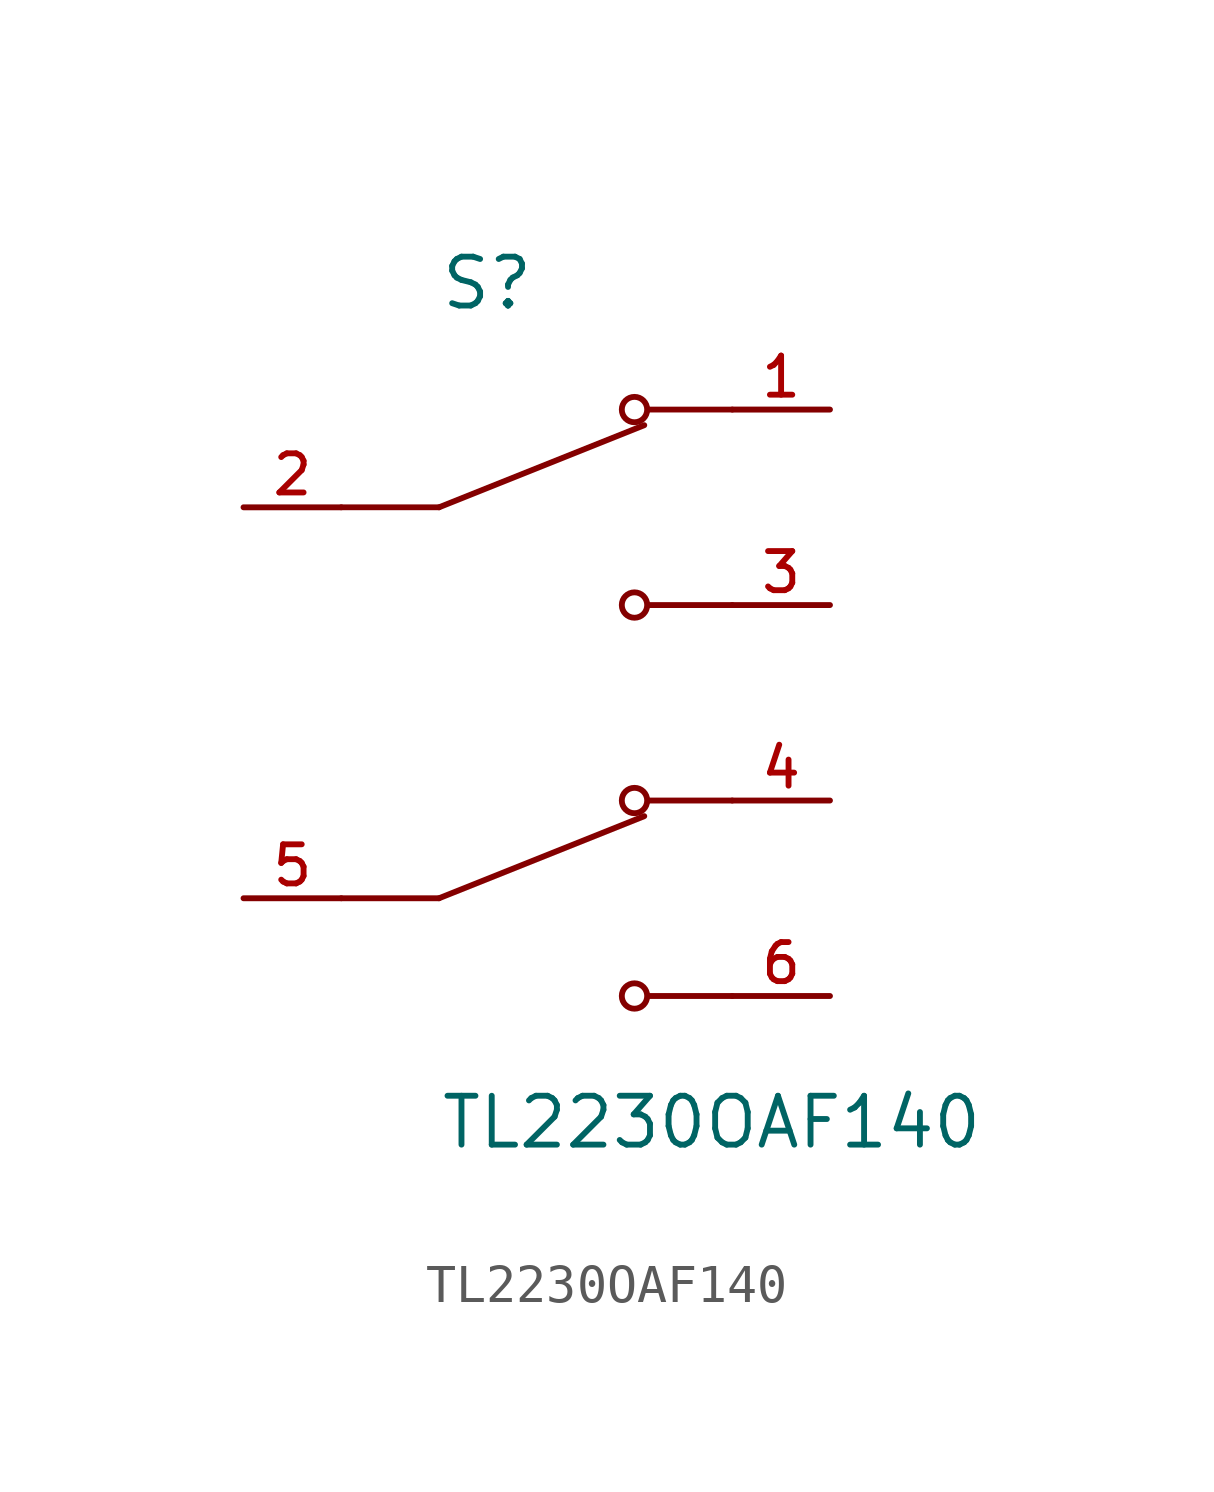
<source format=kicad_sym>
(kicad_symbol_lib
  (version 20211014)
  (generator kicad_symbol_editor)
  (symbol "TL2230OAF140"
    (pin_names
      (offset 1.016))
    (property "Reference" "S"
      (at -2.54 10.16 0)
      (effects (font (size 1.27 1.27)) (justify bottom left)))
    (property "Value" "TL2230OAF140"
      (at -2.54 -10.16 0)
      (effects (font (size 1.27 1.27)) (justify top left)))
    (symbol "TL2230OAF140_0_0"
      (polyline (pts (xy -2.54 5.08) (xy 2.794 7.214)) (stroke (width 0.152)))
      (circle (center 2.54 7.62) (radius 0.33) (stroke (width 0.152)) (fill (type none)))
      (circle (center 2.54 2.54) (radius 0.33) (stroke (width 0.152)) (fill (type none)))
      (polyline (pts (xy 5.08 2.54) (xy 2.921 2.54)) (stroke (width 0.152)))
      (polyline (pts (xy 5.08 7.62) (xy 2.921 7.62)) (stroke (width 0.152)))
      (polyline (pts (xy -2.54 5.08) (xy -5.08 5.08)) (stroke (width 0.152)))
      (polyline (pts (xy -2.54 -5.08) (xy 2.794 -2.946)) (stroke (width 0.152)))
      (circle (center 2.54 -2.54) (radius 0.33) (stroke (width 0.152)) (fill (type none)))
      (circle (center 2.54 -7.62) (radius 0.33) (stroke (width 0.152)) (fill (type none)))
      (polyline (pts (xy 5.08 -7.62) (xy 2.921 -7.62)) (stroke (width 0.152)))
      (polyline (pts (xy 5.08 -2.54) (xy 2.921 -2.54)) (stroke (width 0.152)))
      (polyline (pts (xy -2.54 -5.08) (xy -5.08 -5.08)) (stroke (width 0.152)))
      (pin passive line (at 7.62 7.62 180.0) (length 2.54) (name "~" (effects (font (size 1.016 1.016)))) (number "1" (effects (font (size 1.016 1.016)))))
      (pin passive line (at -7.62 5.08 0) (length 2.54) (name "~" (effects (font (size 1.016 1.016)))) (number "2" (effects (font (size 1.016 1.016)))))
      (pin passive line (at 7.62 2.54 180.0) (length 2.54) (name "~" (effects (font (size 1.016 1.016)))) (number "3" (effects (font (size 1.016 1.016)))))
      (pin passive line (at 7.62 -2.54 180.0) (length 2.54) (name "~" (effects (font (size 1.016 1.016)))) (number "4" (effects (font (size 1.016 1.016)))))
      (pin passive line (at -7.62 -5.08 0) (length 2.54) (name "~" (effects (font (size 1.016 1.016)))) (number "5" (effects (font (size 1.016 1.016)))))
      (pin passive line (at 7.62 -7.62 180.0) (length 2.54) (name "~" (effects (font (size 1.016 1.016)))) (number "6" (effects (font (size 1.016 1.016))))))))
</source>
